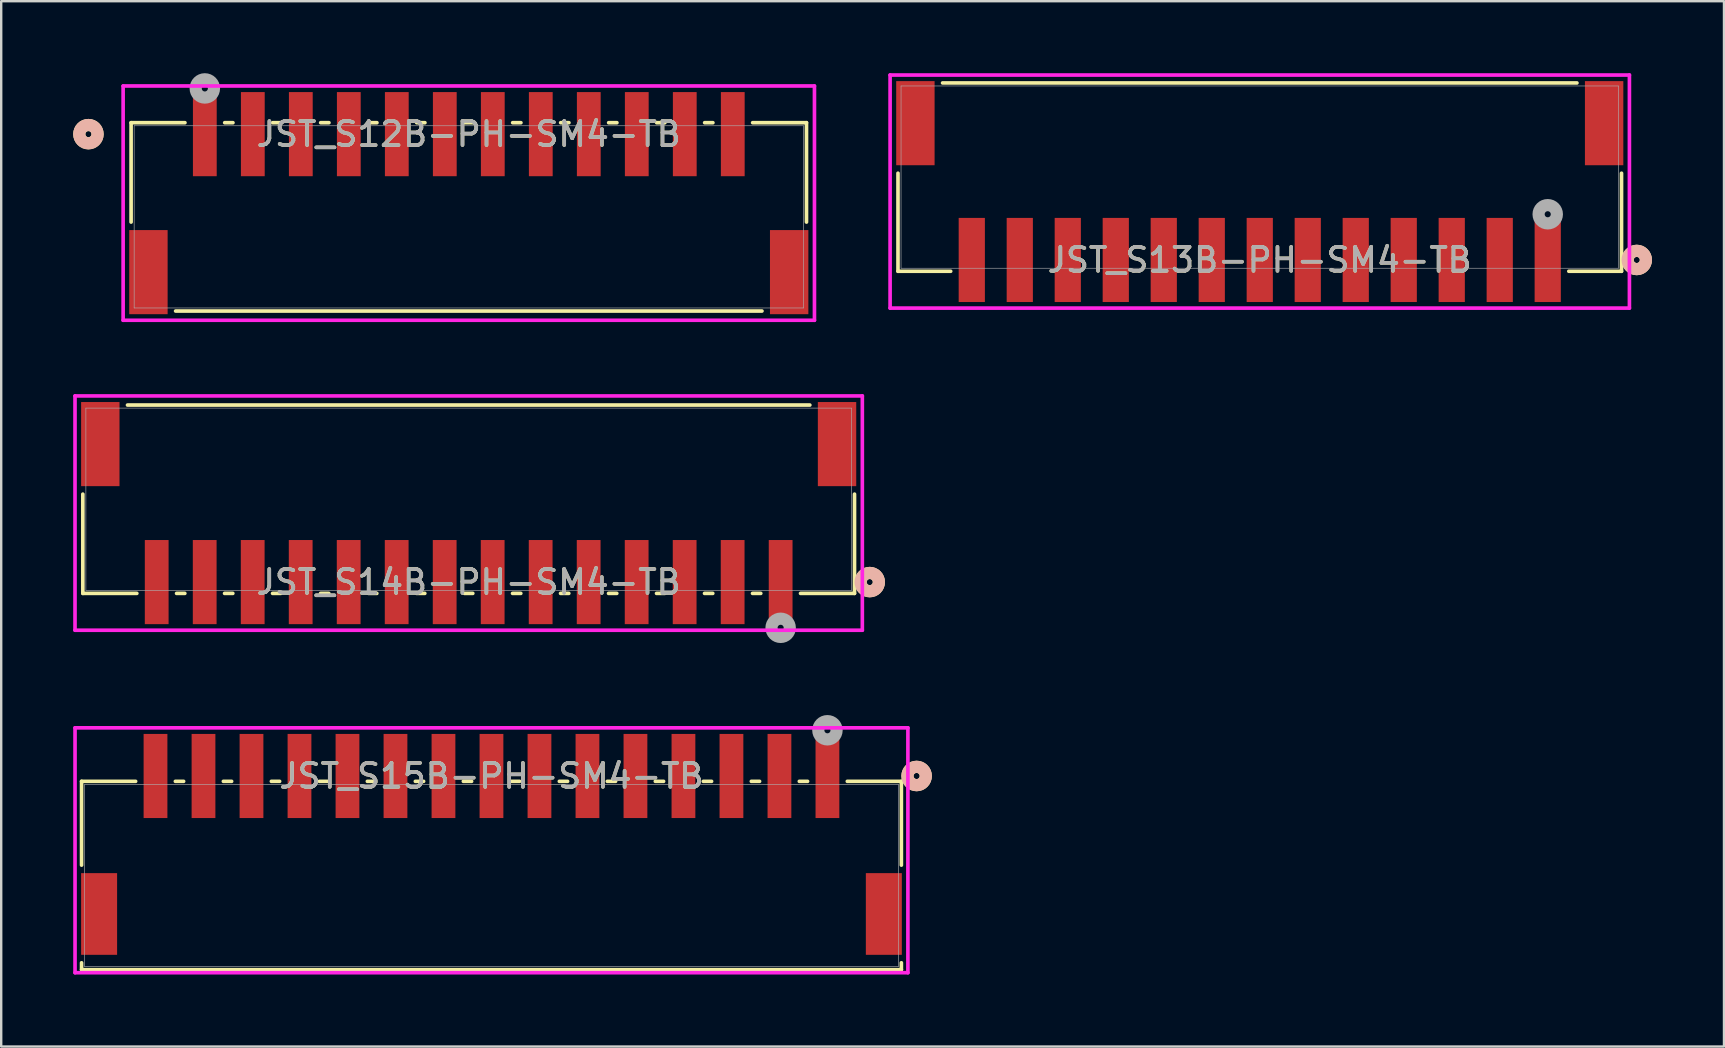
<source format=kicad_pcb>
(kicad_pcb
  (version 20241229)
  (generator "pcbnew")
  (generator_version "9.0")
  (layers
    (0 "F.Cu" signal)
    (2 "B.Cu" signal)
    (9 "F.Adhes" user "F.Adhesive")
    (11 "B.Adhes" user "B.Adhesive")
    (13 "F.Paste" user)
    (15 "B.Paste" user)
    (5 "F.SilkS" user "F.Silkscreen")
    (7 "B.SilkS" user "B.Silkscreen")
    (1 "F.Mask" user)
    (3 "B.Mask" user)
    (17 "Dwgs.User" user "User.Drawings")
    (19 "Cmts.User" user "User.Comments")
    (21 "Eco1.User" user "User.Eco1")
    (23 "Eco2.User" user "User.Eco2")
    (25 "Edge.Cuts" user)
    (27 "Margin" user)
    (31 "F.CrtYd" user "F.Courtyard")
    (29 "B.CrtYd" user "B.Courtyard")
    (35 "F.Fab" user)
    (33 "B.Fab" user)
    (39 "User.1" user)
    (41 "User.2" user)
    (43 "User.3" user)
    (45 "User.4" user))
  (footprint "JST_S12B-PH-SM4-TB"
    (layer "F.Cu")
    (at 16.485 5.987)
    (property "Reference" "JST_S12B-PH-SM4-TB" (at 0 -3.447 0) (unlocked yes) (layer "F.SilkS") (effects (font (size 1 1) (thickness 0.15))))
    (attr smd)
    (fp_line (start -14.072 -3.924) (end -14.072 0.217) (stroke (width 0.152) (type solid)) (layer "F.SilkS"))
    (fp_line (start -12.217 3.924) (end 12.217 3.924) (stroke (width 0.152) (type solid)) (layer "F.SilkS"))
    (fp_line (start -11.828 -3.924) (end -14.072 -3.924) (stroke (width 0.152) (type solid)) (layer "F.SilkS"))
    (fp_line (start -9.828 -3.924) (end -10.172 -3.924) (stroke (width 0.152) (type solid)) (layer "F.SilkS"))
    (fp_line (start -7.828 -3.924) (end -8.172 -3.924) (stroke (width 0.152) (type solid)) (layer "F.SilkS"))
    (fp_line (start -5.828 -3.924) (end -6.172 -3.924) (stroke (width 0.152) (type solid)) (layer "F.SilkS"))
    (fp_line (start -3.828 -3.924) (end -4.172 -3.924) (stroke (width 0.152) (type solid)) (layer "F.SilkS"))
    (fp_line (start -1.828 -3.924) (end -2.172 -3.924) (stroke (width 0.152) (type solid)) (layer "F.SilkS"))
    (fp_line (start 0.172 -3.924) (end -0.172 -3.924) (stroke (width 0.152) (type solid)) (layer "F.SilkS"))
    (fp_line (start 2.172 -3.924) (end 1.828 -3.924) (stroke (width 0.152) (type solid)) (layer "F.SilkS"))
    (fp_line (start 4.172 -3.924) (end 3.828 -3.924) (stroke (width 0.152) (type solid)) (layer "F.SilkS"))
    (fp_line (start 6.172 -3.924) (end 5.828 -3.924) (stroke (width 0.152) (type solid)) (layer "F.SilkS"))
    (fp_line (start 8.172 -3.924) (end 7.828 -3.924) (stroke (width 0.152) (type solid)) (layer "F.SilkS"))
    (fp_line (start 10.172 -3.924) (end 9.828 -3.924) (stroke (width 0.152) (type solid)) (layer "F.SilkS"))
    (fp_line (start 14.072 -3.924) (end 11.828 -3.924) (stroke (width 0.152) (type solid)) (layer "F.SilkS"))
    (fp_line (start 14.072 0.217) (end 14.072 -3.924) (stroke (width 0.152) (type solid)) (layer "F.SilkS"))
    (fp_circle (center -15.85 -3.447) (end -15.469 -3.447) (stroke (width 0.508) (type solid)) (fill no) (layer "F.SilkS"))
    (fp_circle (center -15.85 -3.447) (end -15.469 -3.447) (stroke (width 0.508) (type solid)) (fill no) (layer "B.SilkS"))
    (fp_line (start -14.404 -5.454) (end -14.404 4.309) (stroke (width 0.152) (type solid)) (layer "F.CrtYd"))
    (fp_line (start -14.404 4.309) (end 14.404 4.309) (stroke (width 0.152) (type solid)) (layer "F.CrtYd"))
    (fp_line (start 14.404 -5.454) (end -14.404 -5.454) (stroke (width 0.152) (type solid)) (layer "F.CrtYd"))
    (fp_line (start 14.404 4.309) (end 14.404 -5.454) (stroke (width 0.152) (type solid)) (layer "F.CrtYd"))
    (fp_line (start -13.945 -3.797) (end -13.945 3.797) (stroke (width 0.025) (type solid)) (layer "F.Fab"))
    (fp_line (start -13.945 3.797) (end 13.945 3.797) (stroke (width 0.025) (type solid)) (layer "F.Fab"))
    (fp_line (start 13.945 -3.797) (end -13.945 -3.797) (stroke (width 0.025) (type solid)) (layer "F.Fab"))
    (fp_line (start 13.945 3.797) (end 13.945 -3.797) (stroke (width 0.025) (type solid)) (layer "F.Fab"))
    (fp_circle (center -11 -5.352) (end -10.619 -5.352) (stroke (width 0.508) (type solid)) (fill no) (layer "F.Fab"))
    (fp_text user "${REFERENCE}" (at 0 -3.447 0) (unlocked yes) (layer "F.Fab") (effects (font (size 1 1) (thickness 0.15))))
    (pad "1" smd rect (at -11 -3.447) (size 0.991 3.505) (layers "F.Cu" "F.Mask" "F.Paste"))
    (pad "2" smd rect (at -9 -3.447) (size 0.991 3.505) (layers "F.Cu" "F.Mask" "F.Paste"))
    (pad "3" smd rect (at -7 -3.447) (size 0.991 3.505) (layers "F.Cu" "F.Mask" "F.Paste"))
    (pad "4" smd rect (at -5 -3.447) (size 0.991 3.505) (layers "F.Cu" "F.Mask" "F.Paste"))
    (pad "5" smd rect (at -3 -3.447) (size 0.991 3.505) (layers "F.Cu" "F.Mask" "F.Paste"))
    (pad "6" smd rect (at -1 -3.447) (size 0.991 3.505) (layers "F.Cu" "F.Mask" "F.Paste"))
    (pad "7" smd rect (at 1 -3.447) (size 0.991 3.505) (layers "F.Cu" "F.Mask" "F.Paste"))
    (pad "8" smd rect (at 3 -3.447) (size 0.991 3.505) (layers "F.Cu" "F.Mask" "F.Paste"))
    (pad "9" smd rect (at 5 -3.447) (size 0.991 3.505) (layers "F.Cu" "F.Mask" "F.Paste"))
    (pad "10" smd rect (at 7 -3.447) (size 0.991 3.505) (layers "F.Cu" "F.Mask" "F.Paste"))
    (pad "11" smd rect (at 9 -3.447) (size 0.991 3.505) (layers "F.Cu" "F.Mask" "F.Paste"))
    (pad "12" smd rect (at 11 -3.447) (size 0.991 3.505) (layers "F.Cu" "F.Mask" "F.Paste"))
    (pad "13" smd rect (at -13.35 2.303) (size 1.6 3.505) (layers "F.Cu" "F.Mask" "F.Paste"))
    (pad "14" smd rect (at 13.35 2.303) (size 1.6 3.505) (layers "F.Cu" "F.Mask" "F.Paste")))
  (footprint "JST_S15B-PH-SM4-TB"
    (layer "F.Cu")
    (at 17.43 33.433)
    (property "Reference" "JST_S15B-PH-SM4-TB" (at 0 -4.147 0) (unlocked yes) (layer "F.SilkS") (effects (font (size 1 1) (thickness 0.15))))
    (attr smd)
    (fp_line (start -17.081 -3.924) (end -17.081 -0.432) (stroke (width 0.152) (type solid)) (layer "F.SilkS"))
    (fp_line (start -17.081 3.637) (end -17.081 3.924) (stroke (width 0.152) (type solid)) (layer "F.SilkS"))
    (fp_line (start -17.081 3.924) (end 17.081 3.924) (stroke (width 0.152) (type solid)) (layer "F.SilkS"))
    (fp_line (start -14.828 -3.924) (end -17.081 -3.924) (stroke (width 0.152) (type solid)) (layer "F.SilkS"))
    (fp_line (start -12.828 -3.924) (end -13.172 -3.924) (stroke (width 0.152) (type solid)) (layer "F.SilkS"))
    (fp_line (start -10.828 -3.924) (end -11.172 -3.924) (stroke (width 0.152) (type solid)) (layer "F.SilkS"))
    (fp_line (start -8.828 -3.924) (end -9.172 -3.924) (stroke (width 0.152) (type solid)) (layer "F.SilkS"))
    (fp_line (start -6.828 -3.924) (end -7.172 -3.924) (stroke (width 0.152) (type solid)) (layer "F.SilkS"))
    (fp_line (start -4.828 -3.924) (end -5.172 -3.924) (stroke (width 0.152) (type solid)) (layer "F.SilkS"))
    (fp_line (start -2.828 -3.924) (end -3.172 -3.924) (stroke (width 0.152) (type solid)) (layer "F.SilkS"))
    (fp_line (start -0.828 -3.924) (end -1.172 -3.924) (stroke (width 0.152) (type solid)) (layer "F.SilkS"))
    (fp_line (start 1.172 -3.924) (end 0.828 -3.924) (stroke (width 0.152) (type solid)) (layer "F.SilkS"))
    (fp_line (start 3.172 -3.924) (end 2.828 -3.924) (stroke (width 0.152) (type solid)) (layer "F.SilkS"))
    (fp_line (start 5.172 -3.924) (end 4.828 -3.924) (stroke (width 0.152) (type solid)) (layer "F.SilkS"))
    (fp_line (start 7.172 -3.924) (end 6.828 -3.924) (stroke (width 0.152) (type solid)) (layer "F.SilkS"))
    (fp_line (start 9.172 -3.924) (end 8.828 -3.924) (stroke (width 0.152) (type solid)) (layer "F.SilkS"))
    (fp_line (start 11.172 -3.924) (end 10.828 -3.924) (stroke (width 0.152) (type solid)) (layer "F.SilkS"))
    (fp_line (start 13.172 -3.924) (end 12.828 -3.924) (stroke (width 0.152) (type solid)) (layer "F.SilkS"))
    (fp_line (start 17.081 -3.924) (end 14.828 -3.924) (stroke (width 0.152) (type solid)) (layer "F.SilkS"))
    (fp_line (start 17.081 -0.432) (end 17.081 -3.924) (stroke (width 0.152) (type solid)) (layer "F.SilkS"))
    (fp_line (start 17.081 3.924) (end 17.081 3.637) (stroke (width 0.152) (type solid)) (layer "F.SilkS"))
    (fp_circle (center 17.716 -4.147) (end 18.098 -4.147) (stroke (width 0.508) (type solid)) (fill no) (layer "F.SilkS"))
    (fp_circle (center 17.716 -4.147) (end 18.098 -4.147) (stroke (width 0.508) (type solid)) (fill no) (layer "B.SilkS"))
    (fp_line (start -17.353 -6.154) (end -17.353 4.051) (stroke (width 0.152) (type solid)) (layer "F.CrtYd"))
    (fp_line (start -17.353 4.051) (end 17.353 4.051) (stroke (width 0.152) (type solid)) (layer "F.CrtYd"))
    (fp_line (start 17.353 -6.154) (end -17.353 -6.154) (stroke (width 0.152) (type solid)) (layer "F.CrtYd"))
    (fp_line (start 17.353 4.051) (end 17.353 -6.154) (stroke (width 0.152) (type solid)) (layer "F.CrtYd"))
    (fp_line (start -16.954 -3.797) (end -16.954 3.797) (stroke (width 0.025) (type solid)) (layer "F.Fab"))
    (fp_line (start -16.954 3.797) (end 16.954 3.797) (stroke (width 0.025) (type solid)) (layer "F.Fab"))
    (fp_line (start 16.954 -3.797) (end -16.954 -3.797) (stroke (width 0.025) (type solid)) (layer "F.Fab"))
    (fp_line (start 16.954 3.797) (end 16.954 -3.797) (stroke (width 0.025) (type solid)) (layer "F.Fab"))
    (fp_circle (center 14 -6.052) (end 14.381 -6.052) (stroke (width 0.508) (type solid)) (fill no) (layer "F.Fab"))
    (fp_text user "${REFERENCE}" (at 0 -4.147 0) (unlocked yes) (layer "F.Fab") (effects (font (size 1 1) (thickness 0.15))))
    (pad "1" smd rect (at 14 -4.147) (size 0.991 3.505) (layers "F.Cu" "F.Mask" "F.Paste"))
    (pad "2" smd rect (at 12 -4.147) (size 0.991 3.505) (layers "F.Cu" "F.Mask" "F.Paste"))
    (pad "3" smd rect (at 10 -4.147) (size 0.991 3.505) (layers "F.Cu" "F.Mask" "F.Paste"))
    (pad "4" smd rect (at 8 -4.147) (size 0.991 3.505) (layers "F.Cu" "F.Mask" "F.Paste"))
    (pad "5" smd rect (at 6 -4.147) (size 0.991 3.505) (layers "F.Cu" "F.Mask" "F.Paste"))
    (pad "6" smd rect (at 4 -4.147) (size 0.991 3.505) (layers "F.Cu" "F.Mask" "F.Paste"))
    (pad "7" smd rect (at 2 -4.147) (size 0.991 3.505) (layers "F.Cu" "F.Mask" "F.Paste"))
    (pad "8" smd rect (at 0 -4.147) (size 0.991 3.505) (layers "F.Cu" "F.Mask" "F.Paste"))
    (pad "9" smd rect (at -2 -4.147) (size 0.991 3.505) (layers "F.Cu" "F.Mask" "F.Paste"))
    (pad "10" smd rect (at -4 -4.147) (size 0.991 3.505) (layers "F.Cu" "F.Mask" "F.Paste"))
    (pad "11" smd rect (at -6 -4.147) (size 0.991 3.505) (layers "F.Cu" "F.Mask" "F.Paste"))
    (pad "12" smd rect (at -8 -4.147) (size 0.991 3.505) (layers "F.Cu" "F.Mask" "F.Paste"))
    (pad "13" smd rect (at -10 -4.147) (size 0.991 3.505) (layers "F.Cu" "F.Mask" "F.Paste"))
    (pad "14" smd rect (at -12 -4.147) (size 0.991 3.505) (layers "F.Cu" "F.Mask" "F.Paste"))
    (pad "15" smd rect (at -14 -4.147) (size 0.991 3.505) (layers "F.Cu" "F.Mask" "F.Paste"))
    (pad "16" smd rect (at -16.35 1.603) (size 1.499 3.404) (layers "F.Cu" "F.Mask" "F.Paste"))
    (pad "17" smd rect (at 16.35 1.603) (size 1.499 3.404) (layers "F.Cu" "F.Mask" "F.Paste")))
  (footprint "JST_S13B-PH-SM4-TB"
    (layer "F.Cu")
    (at 49.445 4.33)
    (property "Reference" "JST_S13B-PH-SM4-TB" (at 0 3.453 0) (unlocked yes) (layer "F.SilkS") (effects (font (size 1 1) (thickness 0.15))))
    (attr smd)
    (fp_line (start -15.075 -0.162) (end -15.075 3.924) (stroke (width 0.152) (type solid)) (layer "F.SilkS"))
    (fp_line (start -15.075 3.924) (end -12.879 3.924) (stroke (width 0.152) (type solid)) (layer "F.SilkS"))
    (fp_line (start 12.879 3.924) (end 15.075 3.924) (stroke (width 0.152) (type solid)) (layer "F.SilkS"))
    (fp_line (start 13.217 -3.924) (end -13.217 -3.924) (stroke (width 0.152) (type solid)) (layer "F.SilkS"))
    (fp_line (start 15.075 3.924) (end 15.075 -0.162) (stroke (width 0.152) (type solid)) (layer "F.SilkS"))
    (fp_circle (center 15.71 3.453) (end 16.091 3.453) (stroke (width 0.508) (type solid)) (fill no) (layer "F.SilkS"))
    (fp_circle (center 15.71 3.453) (end 16.091 3.453) (stroke (width 0.508) (type solid)) (fill no) (layer "B.SilkS"))
    (fp_line (start -15.404 -4.254) (end -15.404 5.459) (stroke (width 0.152) (type solid)) (layer "F.CrtYd"))
    (fp_line (start -15.404 5.459) (end 15.404 5.459) (stroke (width 0.152) (type solid)) (layer "F.CrtYd"))
    (fp_line (start 15.404 -4.254) (end -15.404 -4.254) (stroke (width 0.152) (type solid)) (layer "F.CrtYd"))
    (fp_line (start 15.404 5.459) (end 15.404 -4.254) (stroke (width 0.152) (type solid)) (layer "F.CrtYd"))
    (fp_line (start -14.948 -3.797) (end -14.948 3.797) (stroke (width 0.025) (type solid)) (layer "F.Fab"))
    (fp_line (start -14.948 3.797) (end 14.948 3.797) (stroke (width 0.025) (type solid)) (layer "F.Fab"))
    (fp_line (start 14.948 -3.797) (end -14.948 -3.797) (stroke (width 0.025) (type solid)) (layer "F.Fab"))
    (fp_line (start 14.948 3.797) (end 14.948 -3.797) (stroke (width 0.025) (type solid)) (layer "F.Fab"))
    (fp_circle (center 12 1.548) (end 12.381 1.548) (stroke (width 0.508) (type solid)) (fill no) (layer "F.Fab"))
    (fp_text user "${REFERENCE}" (at 0 3.453 0) (unlocked yes) (layer "F.Fab") (effects (font (size 1 1) (thickness 0.15))))
    (pad "1" smd rect (at 12 3.453) (size 1.092 3.505) (layers "F.Cu" "F.Mask" "F.Paste"))
    (pad "2" smd rect (at 10 3.453) (size 1.092 3.505) (layers "F.Cu" "F.Mask" "F.Paste"))
    (pad "3" smd rect (at 8 3.453) (size 1.092 3.505) (layers "F.Cu" "F.Mask" "F.Paste"))
    (pad "4" smd rect (at 6 3.453) (size 1.092 3.505) (layers "F.Cu" "F.Mask" "F.Paste"))
    (pad "5" smd rect (at 4 3.453) (size 1.092 3.505) (layers "F.Cu" "F.Mask" "F.Paste"))
    (pad "6" smd rect (at 2 3.453) (size 1.092 3.505) (layers "F.Cu" "F.Mask" "F.Paste"))
    (pad "7" smd rect (at 0 3.453) (size 1.092 3.505) (layers "F.Cu" "F.Mask" "F.Paste"))
    (pad "8" smd rect (at -2 3.453) (size 1.092 3.505) (layers "F.Cu" "F.Mask" "F.Paste"))
    (pad "9" smd rect (at -4 3.453) (size 1.092 3.505) (layers "F.Cu" "F.Mask" "F.Paste"))
    (pad "10" smd rect (at -6 3.453) (size 1.092 3.505) (layers "F.Cu" "F.Mask" "F.Paste"))
    (pad "11" smd rect (at -8 3.453) (size 1.092 3.505) (layers "F.Cu" "F.Mask" "F.Paste"))
    (pad "12" smd rect (at -10 3.453) (size 1.092 3.505) (layers "F.Cu" "F.Mask" "F.Paste"))
    (pad "13" smd rect (at -12 3.453) (size 1.092 3.505) (layers "F.Cu" "F.Mask" "F.Paste"))
    (pad "14" smd rect (at -14.35 -2.247) (size 1.6 3.505) (layers "F.Cu" "F.Mask" "F.Paste"))
    (pad "15" smd rect (at 14.35 -2.247) (size 1.6 3.505) (layers "F.Cu" "F.Mask" "F.Paste")))
  (footprint "JST_S14B-PH-SM4-TB"
    (layer "F.Cu")
    (at 16.48 17.753)
    (property "Reference" "JST_S14B-PH-SM4-TB" (at 0 3.453 0) (unlocked yes) (layer "F.SilkS") (effects (font (size 1 1) (thickness 0.15))))
    (attr smd)
    (fp_line (start -16.078 -0.212) (end -16.078 3.924) (stroke (width 0.152) (type solid)) (layer "F.SilkS"))
    (fp_line (start -16.078 3.924) (end -13.828 3.924) (stroke (width 0.152) (type solid)) (layer "F.SilkS"))
    (fp_line (start -12.172 3.924) (end -11.828 3.924) (stroke (width 0.152) (type solid)) (layer "F.SilkS"))
    (fp_line (start -10.172 3.924) (end -9.828 3.924) (stroke (width 0.152) (type solid)) (layer "F.SilkS"))
    (fp_line (start -8.172 3.924) (end -7.828 3.924) (stroke (width 0.152) (type solid)) (layer "F.SilkS"))
    (fp_line (start -6.172 3.924) (end -5.828 3.924) (stroke (width 0.152) (type solid)) (layer "F.SilkS"))
    (fp_line (start -4.172 3.924) (end -3.828 3.924) (stroke (width 0.152) (type solid)) (layer "F.SilkS"))
    (fp_line (start -2.172 3.924) (end -1.828 3.924) (stroke (width 0.152) (type solid)) (layer "F.SilkS"))
    (fp_line (start -0.172 3.924) (end 0.172 3.924) (stroke (width 0.152) (type solid)) (layer "F.SilkS"))
    (fp_line (start 1.828 3.924) (end 2.172 3.924) (stroke (width 0.152) (type solid)) (layer "F.SilkS"))
    (fp_line (start 3.828 3.924) (end 4.172 3.924) (stroke (width 0.152) (type solid)) (layer "F.SilkS"))
    (fp_line (start 5.828 3.924) (end 6.172 3.924) (stroke (width 0.152) (type solid)) (layer "F.SilkS"))
    (fp_line (start 7.828 3.924) (end 8.172 3.924) (stroke (width 0.152) (type solid)) (layer "F.SilkS"))
    (fp_line (start 9.828 3.924) (end 10.172 3.924) (stroke (width 0.152) (type solid)) (layer "F.SilkS"))
    (fp_line (start 11.828 3.924) (end 12.172 3.924) (stroke (width 0.152) (type solid)) (layer "F.SilkS"))
    (fp_line (start 13.828 3.924) (end 16.078 3.924) (stroke (width 0.152) (type solid)) (layer "F.SilkS"))
    (fp_line (start 14.217 -3.924) (end -14.217 -3.924) (stroke (width 0.152) (type solid)) (layer "F.SilkS"))
    (fp_line (start 16.078 3.924) (end 16.078 -0.212) (stroke (width 0.152) (type solid)) (layer "F.SilkS"))
    (fp_circle (center 16.713 3.453) (end 17.094 3.453) (stroke (width 0.508) (type solid)) (fill no) (layer "F.SilkS"))
    (fp_circle (center 16.713 3.453) (end 17.094 3.453) (stroke (width 0.508) (type solid)) (fill no) (layer "B.SilkS"))
    (fp_line (start -16.404 -4.304) (end -16.404 5.459) (stroke (width 0.152) (type solid)) (layer "F.CrtYd"))
    (fp_line (start -16.404 5.459) (end 16.404 5.459) (stroke (width 0.152) (type solid)) (layer "F.CrtYd"))
    (fp_line (start 16.404 -4.304) (end -16.404 -4.304) (stroke (width 0.152) (type solid)) (layer "F.CrtYd"))
    (fp_line (start 16.404 5.459) (end 16.404 -4.304) (stroke (width 0.152) (type solid)) (layer "F.CrtYd"))
    (fp_line (start -15.951 -3.797) (end -15.951 3.797) (stroke (width 0.025) (type solid)) (layer "F.Fab"))
    (fp_line (start -15.951 3.797) (end 15.951 3.797) (stroke (width 0.025) (type solid)) (layer "F.Fab"))
    (fp_line (start 15.951 -3.797) (end -15.951 -3.797) (stroke (width 0.025) (type solid)) (layer "F.Fab"))
    (fp_line (start 15.951 3.797) (end 15.951 -3.797) (stroke (width 0.025) (type solid)) (layer "F.Fab"))
    (fp_circle (center 13 5.358) (end 13.381 5.358) (stroke (width 0.508) (type solid)) (fill no) (layer "F.Fab"))
    (fp_text user "${REFERENCE}" (at 0 3.453 0) (unlocked yes) (layer "F.Fab") (effects (font (size 1 1) (thickness 0.15))))
    (pad "1" smd rect (at 13 3.453) (size 0.991 3.505) (layers "F.Cu" "F.Mask" "F.Paste"))
    (pad "2" smd rect (at 11 3.453) (size 0.991 3.505) (layers "F.Cu" "F.Mask" "F.Paste"))
    (pad "3" smd rect (at 9 3.453) (size 0.991 3.505) (layers "F.Cu" "F.Mask" "F.Paste"))
    (pad "4" smd rect (at 7 3.453) (size 0.991 3.505) (layers "F.Cu" "F.Mask" "F.Paste"))
    (pad "5" smd rect (at 5 3.453) (size 0.991 3.505) (layers "F.Cu" "F.Mask" "F.Paste"))
    (pad "6" smd rect (at 3 3.453) (size 0.991 3.505) (layers "F.Cu" "F.Mask" "F.Paste"))
    (pad "7" smd rect (at 1 3.453) (size 0.991 3.505) (layers "F.Cu" "F.Mask" "F.Paste"))
    (pad "8" smd rect (at -1 3.453) (size 0.991 3.505) (layers "F.Cu" "F.Mask" "F.Paste"))
    (pad "9" smd rect (at -3 3.453) (size 0.991 3.505) (layers "F.Cu" "F.Mask" "F.Paste"))
    (pad "10" smd rect (at -5 3.453) (size 0.991 3.505) (layers "F.Cu" "F.Mask" "F.Paste"))
    (pad "11" smd rect (at -7 3.453) (size 0.991 3.505) (layers "F.Cu" "F.Mask" "F.Paste"))
    (pad "12" smd rect (at -9 3.453) (size 0.991 3.505) (layers "F.Cu" "F.Mask" "F.Paste"))
    (pad "13" smd rect (at -11 3.453) (size 0.991 3.505) (layers "F.Cu" "F.Mask" "F.Paste"))
    (pad "14" smd rect (at -13 3.453) (size 0.991 3.505) (layers "F.Cu" "F.Mask" "F.Paste"))
    (pad "15" smd rect (at -15.35 -2.297) (size 1.6 3.505) (layers "F.Cu" "F.Mask" "F.Paste"))
    (pad "16" smd rect (at 15.35 -2.297) (size 1.6 3.505) (layers "F.Cu" "F.Mask" "F.Paste")))
  (gr_rect
    (start -3 -3)
    (end 68.79 40.56)
    (stroke (width 0.1) (type default))
    (fill no)
    (layer "Edge.Cuts")))
</source>
